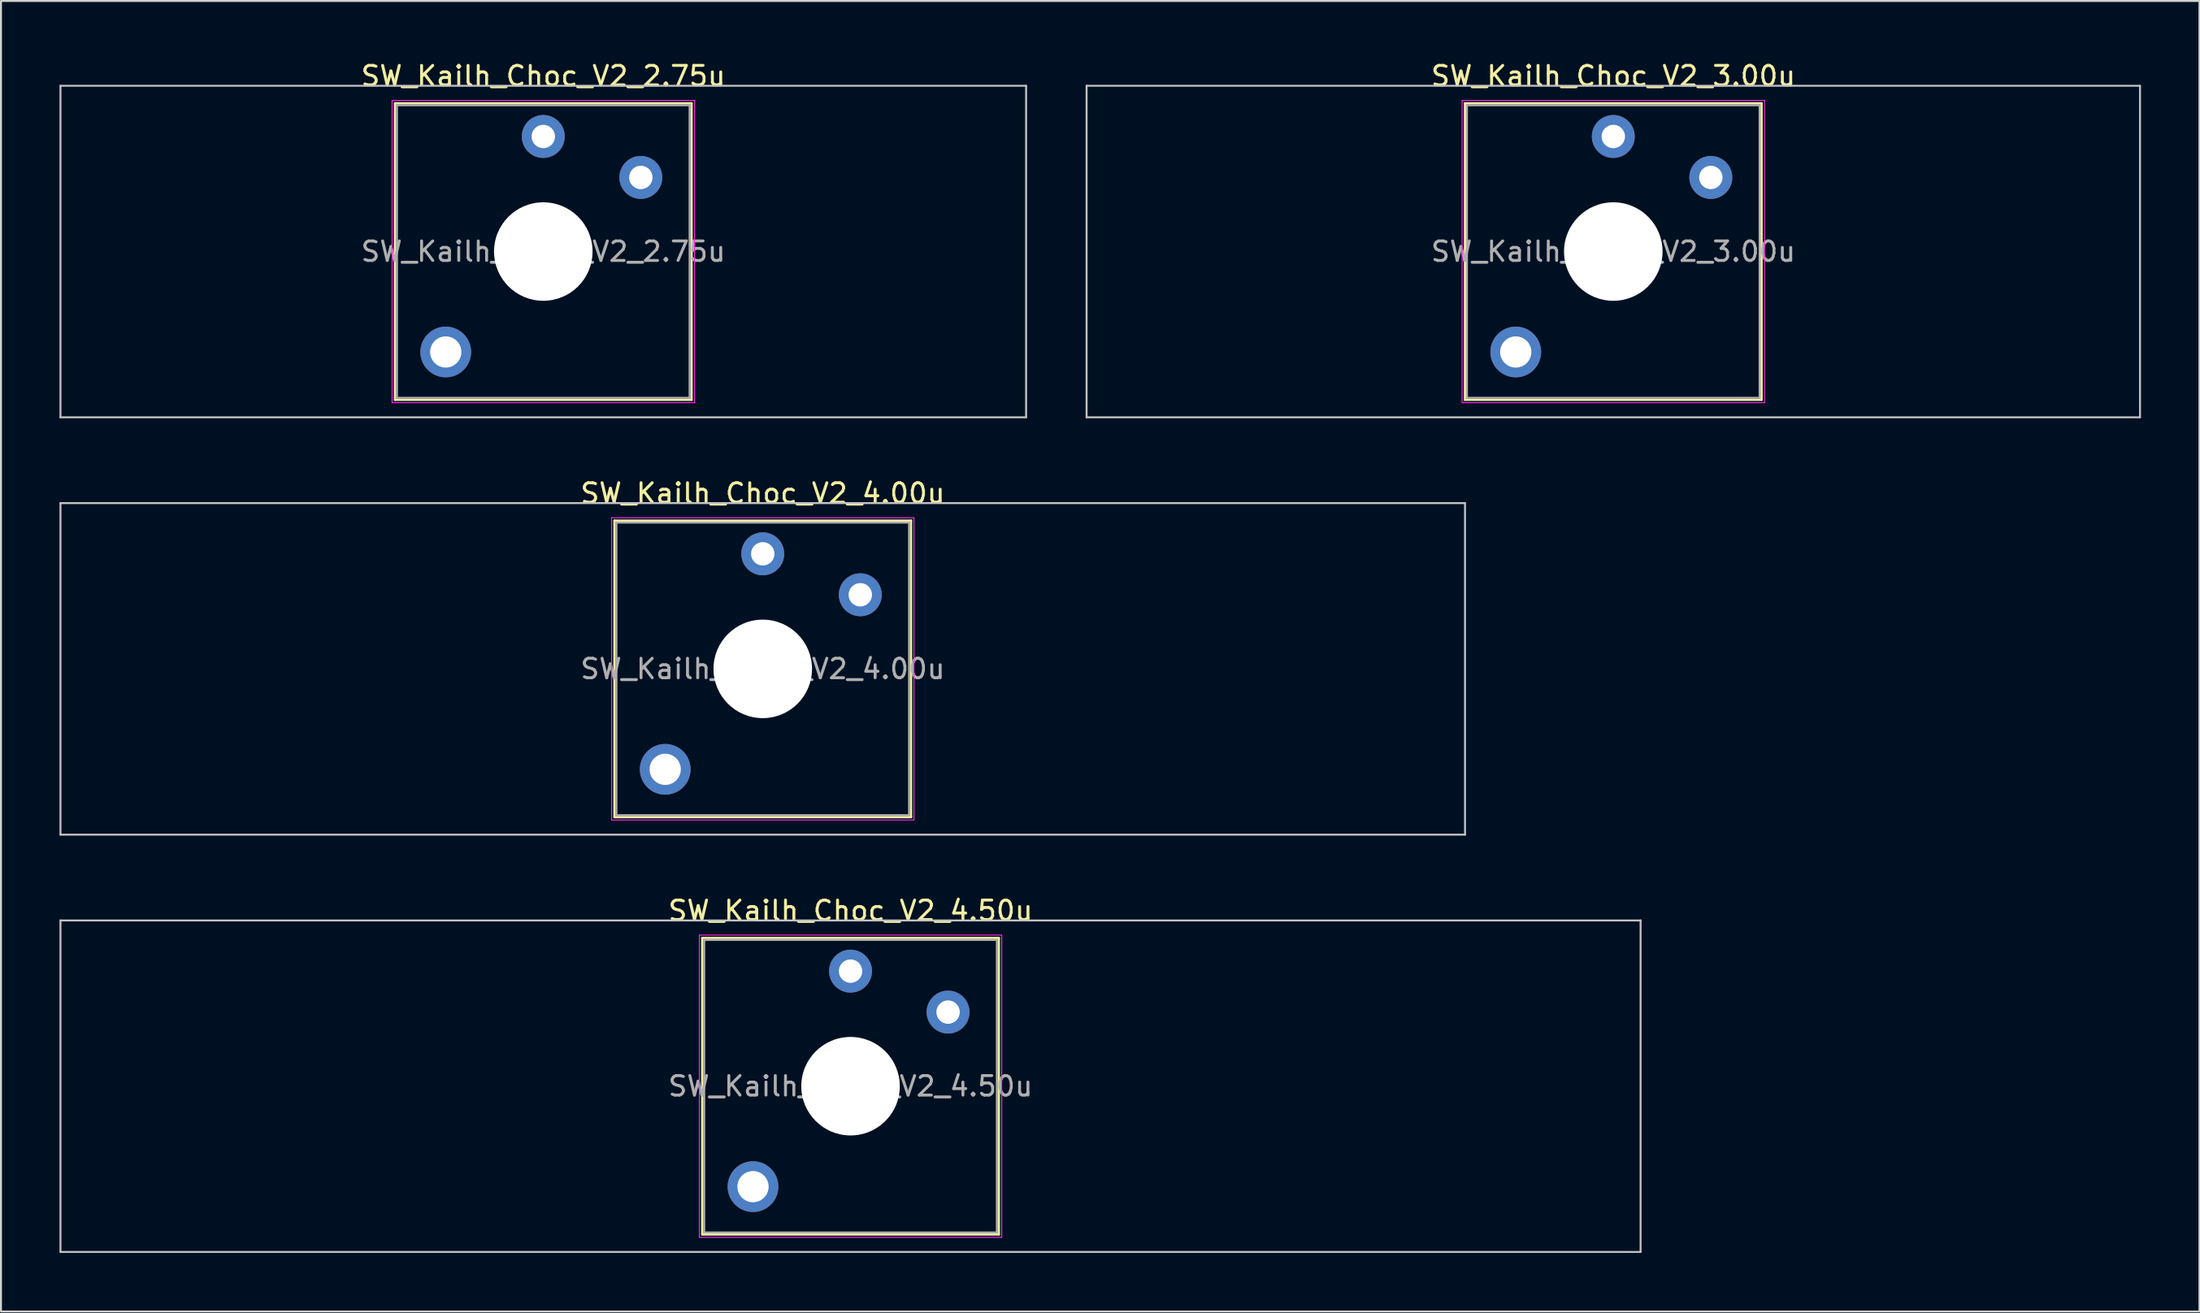
<source format=kicad_pcb>
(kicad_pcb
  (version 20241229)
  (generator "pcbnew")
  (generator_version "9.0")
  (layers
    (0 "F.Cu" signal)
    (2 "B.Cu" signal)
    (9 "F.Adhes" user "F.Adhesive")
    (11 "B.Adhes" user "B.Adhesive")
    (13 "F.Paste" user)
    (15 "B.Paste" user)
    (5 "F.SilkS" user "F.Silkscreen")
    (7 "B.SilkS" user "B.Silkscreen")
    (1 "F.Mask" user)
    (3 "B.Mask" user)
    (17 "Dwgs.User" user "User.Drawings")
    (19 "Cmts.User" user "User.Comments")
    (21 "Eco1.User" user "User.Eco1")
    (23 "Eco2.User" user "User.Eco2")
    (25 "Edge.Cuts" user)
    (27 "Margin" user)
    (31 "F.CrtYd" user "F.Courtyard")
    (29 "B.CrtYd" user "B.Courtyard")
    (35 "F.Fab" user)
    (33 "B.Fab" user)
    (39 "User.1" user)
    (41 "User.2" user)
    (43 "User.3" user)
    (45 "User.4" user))
  (footprint "SW_Kailh_Choc_V2_4.00u"
    (layer "F.Cu")
    (at 36.05 31.247)
    (property "Reference" "SW_Kailh_Choc_V2_4.00u" (at 0 -9 0) (layer "F.SilkS") (effects (font (size 1 1) (thickness 0.15))))
    (attr through_hole)
    (fp_line (start -7.6 -7.6) (end -7.6 7.6) (stroke (width 0.12) (type solid)) (layer "F.SilkS"))
    (fp_line (start -7.6 7.6) (end 7.6 7.6) (stroke (width 0.12) (type solid)) (layer "F.SilkS"))
    (fp_line (start 7.6 -7.6) (end -7.6 -7.6) (stroke (width 0.12) (type solid)) (layer "F.SilkS"))
    (fp_line (start 7.6 7.6) (end 7.6 -7.6) (stroke (width 0.12) (type solid)) (layer "F.SilkS"))
    (fp_line (start -36 -8.5) (end -36 8.5) (stroke (width 0.1) (type solid)) (layer "Dwgs.User"))
    (fp_line (start -36 8.5) (end 36 8.5) (stroke (width 0.1) (type solid)) (layer "Dwgs.User"))
    (fp_line (start 36 -8.5) (end -36 -8.5) (stroke (width 0.1) (type solid)) (layer "Dwgs.User"))
    (fp_line (start 36 8.5) (end 36 -8.5) (stroke (width 0.1) (type solid)) (layer "Dwgs.User"))
    (fp_line (start -7.25 -7.25) (end -7.25 7.25) (stroke (width 0.1) (type solid)) (layer "Eco1.User"))
    (fp_line (start -7.25 7.25) (end 7.25 7.25) (stroke (width 0.1) (type solid)) (layer "Eco1.User"))
    (fp_line (start 7.25 -7.25) (end -7.25 -7.25) (stroke (width 0.1) (type solid)) (layer "Eco1.User"))
    (fp_line (start 7.25 7.25) (end 7.25 -7.25) (stroke (width 0.1) (type solid)) (layer "Eco1.User"))
    (fp_line (start -7.75 -7.75) (end -7.75 7.75) (stroke (width 0.05) (type solid)) (layer "F.CrtYd"))
    (fp_line (start -7.75 7.75) (end 7.75 7.75) (stroke (width 0.05) (type solid)) (layer "F.CrtYd"))
    (fp_line (start 7.75 -7.75) (end -7.75 -7.75) (stroke (width 0.05) (type solid)) (layer "F.CrtYd"))
    (fp_line (start 7.75 7.75) (end 7.75 -7.75) (stroke (width 0.05) (type solid)) (layer "F.CrtYd"))
    (fp_line (start -7.5 -7.5) (end -7.5 7.5) (stroke (width 0.1) (type solid)) (layer "F.Fab"))
    (fp_line (start -7.5 7.5) (end 7.5 7.5) (stroke (width 0.1) (type solid)) (layer "F.Fab"))
    (fp_line (start 7.5 -7.5) (end -7.5 -7.5) (stroke (width 0.1) (type solid)) (layer "F.Fab"))
    (fp_line (start 7.5 7.5) (end 7.5 -7.5) (stroke (width 0.1) (type solid)) (layer "F.Fab"))
    (fp_text user "${REFERENCE}" (at 0 0 0) (layer "F.Fab") (effects (font (size 1 1) (thickness 0.15))))
    (pad "" smd circle (at -5 5.15) (size 1.65 1.65) (layers "F.Mask"))
    (pad "" thru_hole circle (at -5 5.15) (size 2.6 2.6) (drill 1.6) (layers "*.Cu" "B.Mask"))
    (pad "" smd circle (at 0 -5.9) (size 1.25 1.25) (layers "F.Mask"))
    (pad "" np_thru_hole circle (at 0 0) (size 5.05 5.05) (drill 5.05) (layers "*.Cu" "*.Mask"))
    (pad "" smd circle (at 5 -3.8) (size 1.25 1.25) (layers "F.Mask"))
    (pad "1" thru_hole circle (at 0 -5.9) (size 2.2 2.2) (drill 1.2) (layers "*.Cu" "B.Mask"))
    (pad "2" thru_hole circle (at 5 -3.8) (size 2.2 2.2) (drill 1.2) (layers "*.Cu" "B.Mask")))
  (footprint "SW_Kailh_Choc_V2_4.50u"
    (layer "F.Cu")
    (at 40.55 52.645)
    (property "Reference" "SW_Kailh_Choc_V2_4.50u" (at 0 -9 0) (layer "F.SilkS") (effects (font (size 1 1) (thickness 0.15))))
    (attr through_hole)
    (fp_line (start -7.6 -7.6) (end -7.6 7.6) (stroke (width 0.12) (type solid)) (layer "F.SilkS"))
    (fp_line (start -7.6 7.6) (end 7.6 7.6) (stroke (width 0.12) (type solid)) (layer "F.SilkS"))
    (fp_line (start 7.6 -7.6) (end -7.6 -7.6) (stroke (width 0.12) (type solid)) (layer "F.SilkS"))
    (fp_line (start 7.6 7.6) (end 7.6 -7.6) (stroke (width 0.12) (type solid)) (layer "F.SilkS"))
    (fp_line (start -40.5 -8.5) (end -40.5 8.5) (stroke (width 0.1) (type solid)) (layer "Dwgs.User"))
    (fp_line (start -40.5 8.5) (end 40.5 8.5) (stroke (width 0.1) (type solid)) (layer "Dwgs.User"))
    (fp_line (start 40.5 -8.5) (end -40.5 -8.5) (stroke (width 0.1) (type solid)) (layer "Dwgs.User"))
    (fp_line (start 40.5 8.5) (end 40.5 -8.5) (stroke (width 0.1) (type solid)) (layer "Dwgs.User"))
    (fp_line (start -7.25 -7.25) (end -7.25 7.25) (stroke (width 0.1) (type solid)) (layer "Eco1.User"))
    (fp_line (start -7.25 7.25) (end 7.25 7.25) (stroke (width 0.1) (type solid)) (layer "Eco1.User"))
    (fp_line (start 7.25 -7.25) (end -7.25 -7.25) (stroke (width 0.1) (type solid)) (layer "Eco1.User"))
    (fp_line (start 7.25 7.25) (end 7.25 -7.25) (stroke (width 0.1) (type solid)) (layer "Eco1.User"))
    (fp_line (start -7.75 -7.75) (end -7.75 7.75) (stroke (width 0.05) (type solid)) (layer "F.CrtYd"))
    (fp_line (start -7.75 7.75) (end 7.75 7.75) (stroke (width 0.05) (type solid)) (layer "F.CrtYd"))
    (fp_line (start 7.75 -7.75) (end -7.75 -7.75) (stroke (width 0.05) (type solid)) (layer "F.CrtYd"))
    (fp_line (start 7.75 7.75) (end 7.75 -7.75) (stroke (width 0.05) (type solid)) (layer "F.CrtYd"))
    (fp_line (start -7.5 -7.5) (end -7.5 7.5) (stroke (width 0.1) (type solid)) (layer "F.Fab"))
    (fp_line (start -7.5 7.5) (end 7.5 7.5) (stroke (width 0.1) (type solid)) (layer "F.Fab"))
    (fp_line (start 7.5 -7.5) (end -7.5 -7.5) (stroke (width 0.1) (type solid)) (layer "F.Fab"))
    (fp_line (start 7.5 7.5) (end 7.5 -7.5) (stroke (width 0.1) (type solid)) (layer "F.Fab"))
    (fp_text user "${REFERENCE}" (at 0 0 0) (layer "F.Fab") (effects (font (size 1 1) (thickness 0.15))))
    (pad "" smd circle (at -5 5.15) (size 1.65 1.65) (layers "F.Mask"))
    (pad "" thru_hole circle (at -5 5.15) (size 2.6 2.6) (drill 1.6) (layers "*.Cu" "B.Mask"))
    (pad "" smd circle (at 0 -5.9) (size 1.25 1.25) (layers "F.Mask"))
    (pad "" np_thru_hole circle (at 0 0) (size 5.05 5.05) (drill 5.05) (layers "*.Cu" "*.Mask"))
    (pad "" smd circle (at 5 -3.8) (size 1.25 1.25) (layers "F.Mask"))
    (pad "1" thru_hole circle (at 0 -5.9) (size 2.2 2.2) (drill 1.2) (layers "*.Cu" "B.Mask"))
    (pad "2" thru_hole circle (at 5 -3.8) (size 2.2 2.2) (drill 1.2) (layers "*.Cu" "B.Mask")))
  (footprint "SW_Kailh_Choc_V2_2.75u"
    (layer "F.Cu")
    (at 24.8 9.848)
    (property "Reference" "SW_Kailh_Choc_V2_2.75u" (at 0 -9 0) (layer "F.SilkS") (effects (font (size 1 1) (thickness 0.15))))
    (attr through_hole)
    (fp_line (start -7.6 -7.6) (end -7.6 7.6) (stroke (width 0.12) (type solid)) (layer "F.SilkS"))
    (fp_line (start -7.6 7.6) (end 7.6 7.6) (stroke (width 0.12) (type solid)) (layer "F.SilkS"))
    (fp_line (start 7.6 -7.6) (end -7.6 -7.6) (stroke (width 0.12) (type solid)) (layer "F.SilkS"))
    (fp_line (start 7.6 7.6) (end 7.6 -7.6) (stroke (width 0.12) (type solid)) (layer "F.SilkS"))
    (fp_line (start -24.75 -8.5) (end -24.75 8.5) (stroke (width 0.1) (type solid)) (layer "Dwgs.User"))
    (fp_line (start -24.75 8.5) (end 24.75 8.5) (stroke (width 0.1) (type solid)) (layer "Dwgs.User"))
    (fp_line (start 24.75 -8.5) (end -24.75 -8.5) (stroke (width 0.1) (type solid)) (layer "Dwgs.User"))
    (fp_line (start 24.75 8.5) (end 24.75 -8.5) (stroke (width 0.1) (type solid)) (layer "Dwgs.User"))
    (fp_line (start -7.25 -7.25) (end -7.25 7.25) (stroke (width 0.1) (type solid)) (layer "Eco1.User"))
    (fp_line (start -7.25 7.25) (end 7.25 7.25) (stroke (width 0.1) (type solid)) (layer "Eco1.User"))
    (fp_line (start 7.25 -7.25) (end -7.25 -7.25) (stroke (width 0.1) (type solid)) (layer "Eco1.User"))
    (fp_line (start 7.25 7.25) (end 7.25 -7.25) (stroke (width 0.1) (type solid)) (layer "Eco1.User"))
    (fp_line (start -7.75 -7.75) (end -7.75 7.75) (stroke (width 0.05) (type solid)) (layer "F.CrtYd"))
    (fp_line (start -7.75 7.75) (end 7.75 7.75) (stroke (width 0.05) (type solid)) (layer "F.CrtYd"))
    (fp_line (start 7.75 -7.75) (end -7.75 -7.75) (stroke (width 0.05) (type solid)) (layer "F.CrtYd"))
    (fp_line (start 7.75 7.75) (end 7.75 -7.75) (stroke (width 0.05) (type solid)) (layer "F.CrtYd"))
    (fp_line (start -7.5 -7.5) (end -7.5 7.5) (stroke (width 0.1) (type solid)) (layer "F.Fab"))
    (fp_line (start -7.5 7.5) (end 7.5 7.5) (stroke (width 0.1) (type solid)) (layer "F.Fab"))
    (fp_line (start 7.5 -7.5) (end -7.5 -7.5) (stroke (width 0.1) (type solid)) (layer "F.Fab"))
    (fp_line (start 7.5 7.5) (end 7.5 -7.5) (stroke (width 0.1) (type solid)) (layer "F.Fab"))
    (fp_text user "${REFERENCE}" (at 0 0 0) (layer "F.Fab") (effects (font (size 1 1) (thickness 0.15))))
    (pad "" smd circle (at -5 5.15) (size 1.65 1.65) (layers "F.Mask"))
    (pad "" thru_hole circle (at -5 5.15) (size 2.6 2.6) (drill 1.6) (layers "*.Cu" "B.Mask"))
    (pad "" smd circle (at 0 -5.9) (size 1.25 1.25) (layers "F.Mask"))
    (pad "" np_thru_hole circle (at 0 0) (size 5.05 5.05) (drill 5.05) (layers "*.Cu" "*.Mask"))
    (pad "" smd circle (at 5 -3.8) (size 1.25 1.25) (layers "F.Mask"))
    (pad "1" thru_hole circle (at 0 -5.9) (size 2.2 2.2) (drill 1.2) (layers "*.Cu" "B.Mask"))
    (pad "2" thru_hole circle (at 5 -3.8) (size 2.2 2.2) (drill 1.2) (layers "*.Cu" "B.Mask")))
  (footprint "SW_Kailh_Choc_V2_3.00u"
    (layer "F.Cu")
    (at 79.65 9.848)
    (property "Reference" "SW_Kailh_Choc_V2_3.00u" (at 0 -9 0) (layer "F.SilkS") (effects (font (size 1 1) (thickness 0.15))))
    (attr through_hole)
    (fp_line (start -7.6 -7.6) (end -7.6 7.6) (stroke (width 0.12) (type solid)) (layer "F.SilkS"))
    (fp_line (start -7.6 7.6) (end 7.6 7.6) (stroke (width 0.12) (type solid)) (layer "F.SilkS"))
    (fp_line (start 7.6 -7.6) (end -7.6 -7.6) (stroke (width 0.12) (type solid)) (layer "F.SilkS"))
    (fp_line (start 7.6 7.6) (end 7.6 -7.6) (stroke (width 0.12) (type solid)) (layer "F.SilkS"))
    (fp_line (start -27 -8.5) (end -27 8.5) (stroke (width 0.1) (type solid)) (layer "Dwgs.User"))
    (fp_line (start -27 8.5) (end 27 8.5) (stroke (width 0.1) (type solid)) (layer "Dwgs.User"))
    (fp_line (start 27 -8.5) (end -27 -8.5) (stroke (width 0.1) (type solid)) (layer "Dwgs.User"))
    (fp_line (start 27 8.5) (end 27 -8.5) (stroke (width 0.1) (type solid)) (layer "Dwgs.User"))
    (fp_line (start -7.25 -7.25) (end -7.25 7.25) (stroke (width 0.1) (type solid)) (layer "Eco1.User"))
    (fp_line (start -7.25 7.25) (end 7.25 7.25) (stroke (width 0.1) (type solid)) (layer "Eco1.User"))
    (fp_line (start 7.25 -7.25) (end -7.25 -7.25) (stroke (width 0.1) (type solid)) (layer "Eco1.User"))
    (fp_line (start 7.25 7.25) (end 7.25 -7.25) (stroke (width 0.1) (type solid)) (layer "Eco1.User"))
    (fp_line (start -7.75 -7.75) (end -7.75 7.75) (stroke (width 0.05) (type solid)) (layer "F.CrtYd"))
    (fp_line (start -7.75 7.75) (end 7.75 7.75) (stroke (width 0.05) (type solid)) (layer "F.CrtYd"))
    (fp_line (start 7.75 -7.75) (end -7.75 -7.75) (stroke (width 0.05) (type solid)) (layer "F.CrtYd"))
    (fp_line (start 7.75 7.75) (end 7.75 -7.75) (stroke (width 0.05) (type solid)) (layer "F.CrtYd"))
    (fp_line (start -7.5 -7.5) (end -7.5 7.5) (stroke (width 0.1) (type solid)) (layer "F.Fab"))
    (fp_line (start -7.5 7.5) (end 7.5 7.5) (stroke (width 0.1) (type solid)) (layer "F.Fab"))
    (fp_line (start 7.5 -7.5) (end -7.5 -7.5) (stroke (width 0.1) (type solid)) (layer "F.Fab"))
    (fp_line (start 7.5 7.5) (end 7.5 -7.5) (stroke (width 0.1) (type solid)) (layer "F.Fab"))
    (fp_text user "${REFERENCE}" (at 0 0 0) (layer "F.Fab") (effects (font (size 1 1) (thickness 0.15))))
    (pad "" smd circle (at -5 5.15) (size 1.65 1.65) (layers "F.Mask"))
    (pad "" thru_hole circle (at -5 5.15) (size 2.6 2.6) (drill 1.6) (layers "*.Cu" "B.Mask"))
    (pad "" smd circle (at 0 -5.9) (size 1.25 1.25) (layers "F.Mask"))
    (pad "" np_thru_hole circle (at 0 0) (size 5.05 5.05) (drill 5.05) (layers "*.Cu" "*.Mask"))
    (pad "" smd circle (at 5 -3.8) (size 1.25 1.25) (layers "F.Mask"))
    (pad "1" thru_hole circle (at 0 -5.9) (size 2.2 2.2) (drill 1.2) (layers "*.Cu" "B.Mask"))
    (pad "2" thru_hole circle (at 5 -3.8) (size 2.2 2.2) (drill 1.2) (layers "*.Cu" "B.Mask")))
  (gr_rect
    (start -3 -3)
    (end 109.7 64.195)
    (stroke (width 0.1) (type default))
    (fill no)
    (layer "Edge.Cuts")))
</source>
